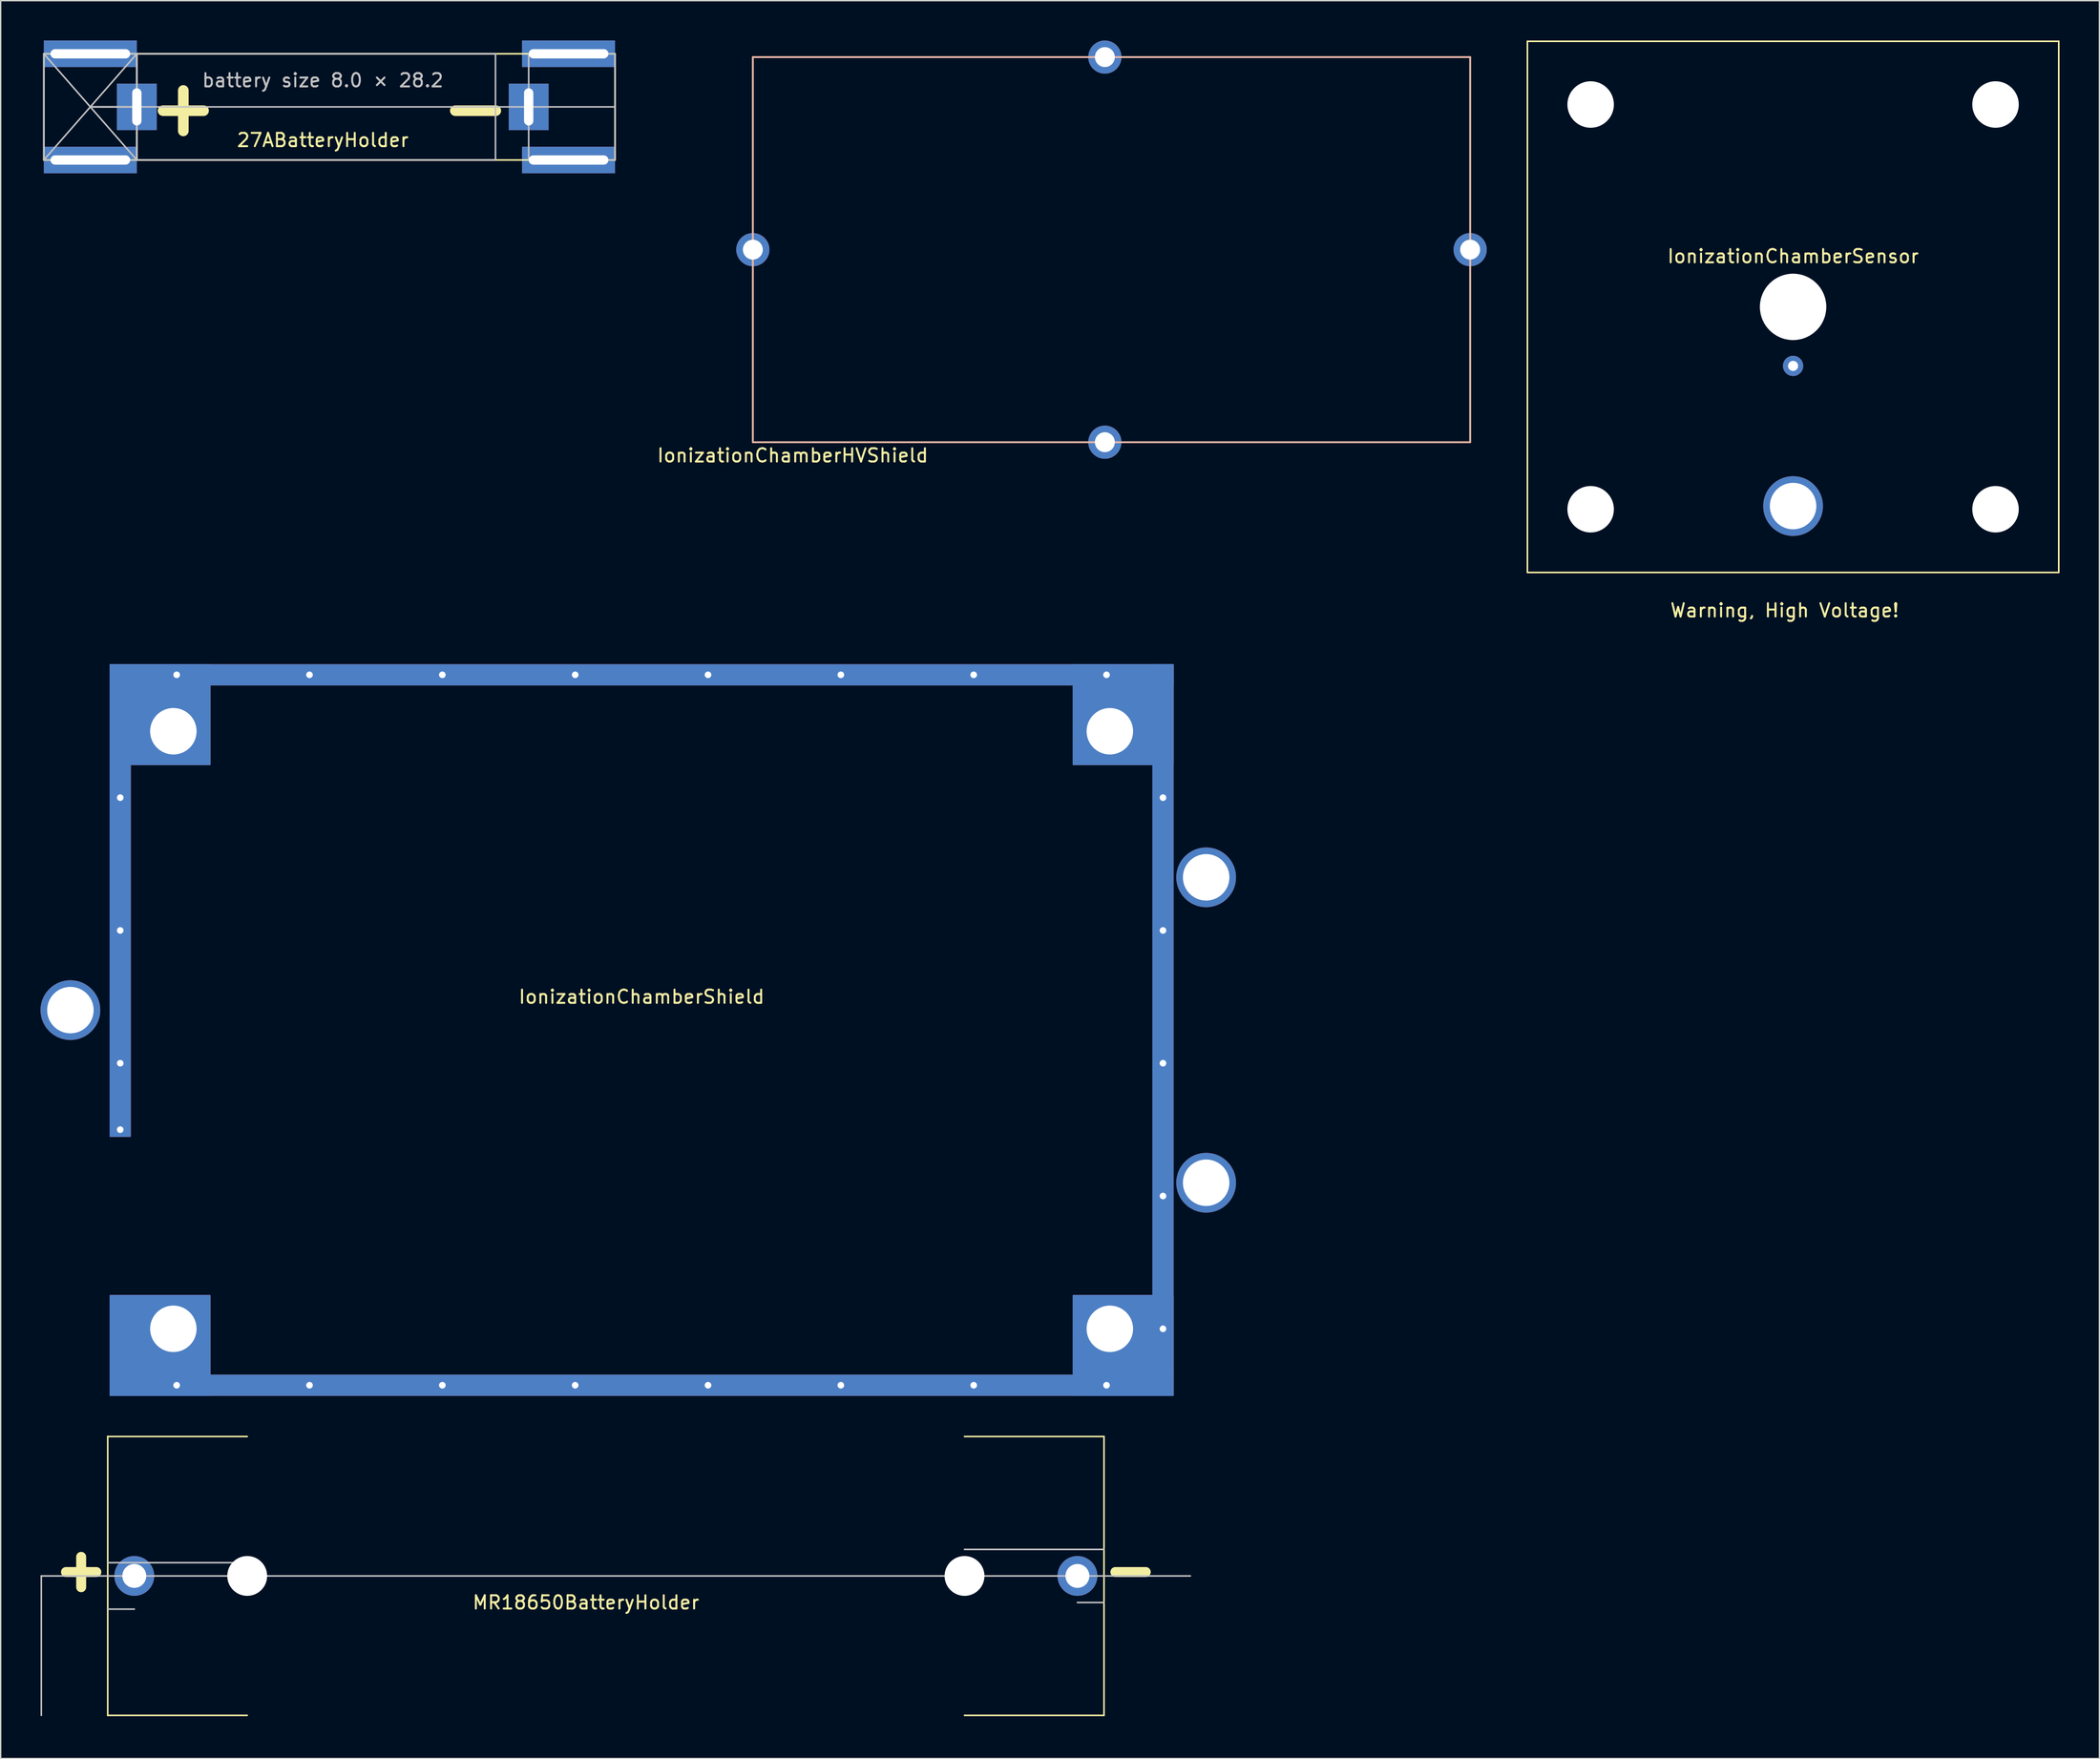
<source format=kicad_pcb>
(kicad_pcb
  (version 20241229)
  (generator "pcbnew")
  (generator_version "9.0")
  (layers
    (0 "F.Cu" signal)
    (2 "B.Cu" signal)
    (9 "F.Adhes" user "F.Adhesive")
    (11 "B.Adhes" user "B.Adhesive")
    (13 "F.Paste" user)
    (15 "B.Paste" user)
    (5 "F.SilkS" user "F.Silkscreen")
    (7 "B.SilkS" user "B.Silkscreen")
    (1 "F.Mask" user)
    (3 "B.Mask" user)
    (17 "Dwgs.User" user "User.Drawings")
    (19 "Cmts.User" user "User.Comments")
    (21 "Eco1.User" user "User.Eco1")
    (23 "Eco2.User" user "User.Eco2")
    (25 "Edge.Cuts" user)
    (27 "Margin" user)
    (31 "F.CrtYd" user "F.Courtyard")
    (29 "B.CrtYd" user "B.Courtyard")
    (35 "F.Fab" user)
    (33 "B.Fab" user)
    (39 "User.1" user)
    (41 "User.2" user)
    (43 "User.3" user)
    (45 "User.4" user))
  (footprint "IonizationChamberShield"
    (layer "F.Cu")
    (at 5.25 47.018)
    (property "Reference" "IonizationChamberShield" (at 40 25 0) (layer "F.SilkS") (effects (font (size 1 1) (thickness 0.15))))
    (attr through_hole)
    (fp_poly (pts (xy 0 1.5) (xy 1.5 1.5) (xy 1.5 35.5) (xy 0 35.5)) (stroke (width 0.1) (type solid)) (fill yes) (layer "F.Cu"))
    (fp_poly (pts (xy 0 1.5) (xy 80 1.5) (xy 80 0) (xy 0 0)) (stroke (width 0.1) (type solid)) (fill yes) (layer "F.Cu"))
    (fp_poly (pts (xy 0 53.5) (xy 1.5 53.5) (xy 1.5 50) (xy 0 50)) (stroke (width 0.1) (type solid)) (fill yes) (layer "F.Cu"))
    (fp_poly (pts (xy 0 55) (xy 0 47.5) (xy 7.5 47.5) (xy 7.5 55)) (stroke (width 0.1) (type solid)) (fill yes) (layer "F.Cu"))
    (fp_poly (pts (xy 0 55) (xy 80 55) (xy 80 53.5) (xy 0 53.5)) (stroke (width 0.1) (type solid)) (fill yes) (layer "F.Cu"))
    (fp_poly (pts (xy 7.5 0) (xy 7.5 7.5) (xy 0 7.5) (xy 0 0)) (stroke (width 0.1) (type solid)) (fill yes) (layer "F.Cu"))
    (fp_poly (pts (xy 80 0) (xy 78.5 0) (xy 78.5 53.5) (xy 80 53.5)) (stroke (width 0.1) (type solid)) (fill yes) (layer "F.Cu"))
    (fp_poly (pts (xy 80 7.5) (xy 72.5 7.5) (xy 72.5 0) (xy 80 0)) (stroke (width 0.1) (type solid)) (fill yes) (layer "F.Cu"))
    (fp_poly (pts (xy 80 55) (xy 72.5 55) (xy 72.5 47.5) (xy 80 47.5)) (stroke (width 0.1) (type solid)) (fill yes) (layer "F.Cu"))
    (fp_poly (pts (xy 0 1.5) (xy 1.5 1.5) (xy 1.5 35.5) (xy 0 35.5)) (stroke (width 0.1) (type solid)) (fill yes) (layer "F.Mask"))
    (fp_poly (pts (xy 0 1.5) (xy 80 1.5) (xy 80 0) (xy 0 0)) (stroke (width 0.1) (type solid)) (fill yes) (layer "F.Mask"))
    (fp_poly (pts (xy 0 53.5) (xy 1.5 53.5) (xy 1.5 50) (xy 0 50)) (stroke (width 0.1) (type solid)) (fill yes) (layer "F.Mask"))
    (fp_poly (pts (xy 0 55) (xy 0 47.5) (xy 7.5 47.5) (xy 7.5 55)) (stroke (width 0.1) (type solid)) (fill yes) (layer "F.Mask"))
    (fp_poly (pts (xy 0 55) (xy 80 55) (xy 80 53.5) (xy 0 53.5)) (stroke (width 0.1) (type solid)) (fill yes) (layer "F.Mask"))
    (fp_poly (pts (xy 7.5 0) (xy 7.5 7.5) (xy 0 7.5) (xy 0 0)) (stroke (width 0.1) (type solid)) (fill yes) (layer "F.Mask"))
    (fp_poly (pts (xy 80 0) (xy 78.5 0) (xy 78.5 53.5) (xy 80 53.5)) (stroke (width 0.1) (type solid)) (fill yes) (layer "F.Mask"))
    (fp_poly (pts (xy 80 7.5) (xy 72.5 7.5) (xy 72.5 0) (xy 80 0)) (stroke (width 0.1) (type solid)) (fill yes) (layer "F.Mask"))
    (fp_poly (pts (xy 80 55) (xy 72.5 55) (xy 72.5 47.5) (xy 80 47.5)) (stroke (width 0.1) (type solid)) (fill yes) (layer "F.Mask"))
    (fp_poly (pts (xy 0 1.5) (xy 1.5 1.5) (xy 1.5 35.5) (xy 0 35.5)) (stroke (width 0.1) (type solid)) (fill yes) (layer "B.Cu"))
    (fp_poly (pts (xy 0 1.5) (xy 80 1.5) (xy 80 0) (xy 0 0)) (stroke (width 0.1) (type solid)) (fill yes) (layer "B.Cu"))
    (fp_poly (pts (xy 0 53.5) (xy 1.5 53.5) (xy 1.5 50) (xy 0 50)) (stroke (width 0.1) (type solid)) (fill yes) (layer "B.Cu"))
    (fp_poly (pts (xy 0 55) (xy 0 47.5) (xy 7.5 47.5) (xy 7.5 55)) (stroke (width 0.1) (type solid)) (fill yes) (layer "B.Cu"))
    (fp_poly (pts (xy 0 55) (xy 80 55) (xy 80 53.5) (xy 0 53.5)) (stroke (width 0.1) (type solid)) (fill yes) (layer "B.Cu"))
    (fp_poly (pts (xy 7.5 0) (xy 7.5 7.5) (xy 0 7.5) (xy 0 0)) (stroke (width 0.1) (type solid)) (fill yes) (layer "B.Cu"))
    (fp_poly (pts (xy 80 0) (xy 78.5 0) (xy 78.5 53.5) (xy 80 53.5)) (stroke (width 0.1) (type solid)) (fill yes) (layer "B.Cu"))
    (fp_poly (pts (xy 80 7.5) (xy 72.5 7.5) (xy 72.5 0) (xy 80 0)) (stroke (width 0.1) (type solid)) (fill yes) (layer "B.Cu"))
    (fp_poly (pts (xy 80 55) (xy 72.5 55) (xy 72.5 47.5) (xy 80 47.5)) (stroke (width 0.1) (type solid)) (fill yes) (layer "B.Cu"))
    (fp_poly (pts (xy 0 1.5) (xy 1.5 1.5) (xy 1.5 35.5) (xy 0 35.5)) (stroke (width 0.1) (type solid)) (fill yes) (layer "B.Mask"))
    (fp_poly (pts (xy 0 1.5) (xy 80 1.5) (xy 80 0) (xy 0 0)) (stroke (width 0.1) (type solid)) (fill yes) (layer "B.Mask"))
    (fp_poly (pts (xy 0 53.5) (xy 1.5 53.5) (xy 1.5 50) (xy 0 50)) (stroke (width 0.1) (type solid)) (fill yes) (layer "B.Mask"))
    (fp_poly (pts (xy 0 55) (xy 0 47.5) (xy 7.5 47.5) (xy 7.5 55)) (stroke (width 0.1) (type solid)) (fill yes) (layer "B.Mask"))
    (fp_poly (pts (xy 0 55) (xy 80 55) (xy 80 53.5) (xy 0 53.5)) (stroke (width 0.1) (type solid)) (fill yes) (layer "B.Mask"))
    (fp_poly (pts (xy 7.5 0) (xy 7.5 7.5) (xy 0 7.5) (xy 0 0)) (stroke (width 0.1) (type solid)) (fill yes) (layer "B.Mask"))
    (fp_poly (pts (xy 80 0) (xy 78.5 0) (xy 78.5 53.5) (xy 80 53.5)) (stroke (width 0.1) (type solid)) (fill yes) (layer "B.Mask"))
    (fp_poly (pts (xy 80 7.5) (xy 72.5 7.5) (xy 72.5 0) (xy 80 0)) (stroke (width 0.1) (type solid)) (fill yes) (layer "B.Mask"))
    (fp_poly (pts (xy 80 55) (xy 72.5 55) (xy 72.5 47.5) (xy 80 47.5)) (stroke (width 0.1) (type solid)) (fill yes) (layer "B.Mask"))
    (pad "" np_thru_hole circle (at -3 26) (size 4.5 4.5) (drill 3.5) (layers "*.Cu" "*.Mask"))
    (pad "" np_thru_hole circle (at 0.75 10) (size 1 1) (drill 0.5) (layers "*.Cu" "*.Mask"))
    (pad "" np_thru_hole circle (at 0.75 20) (size 1 1) (drill 0.5) (layers "*.Cu" "*.Mask"))
    (pad "" np_thru_hole circle (at 0.75 30) (size 1 1) (drill 0.5) (layers "*.Cu" "*.Mask"))
    (pad "" np_thru_hole circle (at 0.75 35) (size 1 1) (drill 0.5) (layers "*.Cu" "*.Mask"))
    (pad "" np_thru_hole circle (at 4.75 5) (size 4.5 4.5) (drill 3.5) (layers "*.Cu" "*.Mask"))
    (pad "" np_thru_hole circle (at 4.75 50) (size 4.5 4.5) (drill 3.5) (layers "*.Cu" "*.Mask"))
    (pad "" np_thru_hole circle (at 5 0.75) (size 1 1) (drill 0.5) (layers "*.Cu" "*.Mask"))
    (pad "" np_thru_hole circle (at 5 54.25) (size 1 1) (drill 0.5) (layers "*.Cu" "*.Mask"))
    (pad "" np_thru_hole circle (at 15 0.75) (size 1 1) (drill 0.5) (layers "*.Cu" "*.Mask"))
    (pad "" np_thru_hole circle (at 15 54.25) (size 1 1) (drill 0.5) (layers "*.Cu" "*.Mask"))
    (pad "" np_thru_hole circle (at 25 0.75) (size 1 1) (drill 0.5) (layers "*.Cu" "*.Mask"))
    (pad "" np_thru_hole circle (at 25 54.25) (size 1 1) (drill 0.5) (layers "*.Cu" "*.Mask"))
    (pad "" np_thru_hole circle (at 35 0.75) (size 1 1) (drill 0.5) (layers "*.Cu" "*.Mask"))
    (pad "" np_thru_hole circle (at 35 54.25) (size 1 1) (drill 0.5) (layers "*.Cu" "*.Mask"))
    (pad "" np_thru_hole circle (at 45 0.75) (size 1 1) (drill 0.5) (layers "*.Cu" "*.Mask"))
    (pad "" np_thru_hole circle (at 45 54.25) (size 1 1) (drill 0.5) (layers "*.Cu" "*.Mask"))
    (pad "" np_thru_hole circle (at 55 0.75) (size 1 1) (drill 0.5) (layers "*.Cu" "*.Mask"))
    (pad "" np_thru_hole circle (at 65 0.75) (size 1 1) (drill 0.5) (layers "*.Cu" "*.Mask"))
    (pad "" np_thru_hole circle (at 65 54.25) (size 1 1) (drill 0.5) (layers "*.Cu" "*.Mask"))
    (pad "" np_thru_hole circle (at 75 0.75) (size 1 1) (drill 0.5) (layers "*.Cu" "*.Mask"))
    (pad "" np_thru_hole circle (at 75 54.25) (size 1 1) (drill 0.5) (layers "*.Cu" "*.Mask"))
    (pad "" np_thru_hole circle (at 75.25 5) (size 4.5 4.5) (drill 3.5) (layers "*.Cu" "*.Mask"))
    (pad "" np_thru_hole circle (at 75.25 50) (size 4.5 4.5) (drill 3.5) (layers "*.Cu" "*.Mask"))
    (pad "" np_thru_hole circle (at 79.25 10) (size 1 1) (drill 0.5) (layers "*.Cu" "*.Mask"))
    (pad "" np_thru_hole circle (at 79.25 20) (size 1 1) (drill 0.5) (layers "*.Cu" "*.Mask"))
    (pad "" np_thru_hole circle (at 79.25 30) (size 1 1) (drill 0.5) (layers "*.Cu" "*.Mask"))
    (pad "" np_thru_hole circle (at 79.25 40) (size 1 1) (drill 0.5) (layers "*.Cu" "*.Mask"))
    (pad "" np_thru_hole circle (at 79.25 50) (size 1 1) (drill 0.5) (layers "*.Cu" "*.Mask"))
    (pad "" np_thru_hole circle (at 82.5 16) (size 4.5 4.5) (drill 3.5) (layers "*.Cu" "*.Mask"))
    (pad "" np_thru_hole circle (at 82.5 39) (size 4.5 4.5) (drill 3.5) (layers "*.Cu" "*.Mask"))
    (pad "1" thru_hole circle (at 55 54.25) (size 1 1) (drill 0.5) (layers "*.Cu" "*.Mask")))
  (footprint "IonizationChamberSensor"
    (layer "F.Cu")
    (at 131.935 20.06)
    (property "Reference" "IonizationChamberSensor" (at 0 -3.81 0) (layer "F.SilkS") (effects (font (size 1 1) (thickness 0.15))))
    (attr through_hole)
    (fp_line (start -20 -20) (end 20 -20) (stroke (width 0.12) (type solid)) (layer "F.SilkS"))
    (fp_line (start -20 20) (end -20 -20) (stroke (width 0.12) (type solid)) (layer "F.SilkS"))
    (fp_line (start 20 -20) (end 20 20) (stroke (width 0.12) (type solid)) (layer "F.SilkS"))
    (fp_line (start 20 20) (end -20 20) (stroke (width 0.12) (type solid)) (layer "F.SilkS"))
    (fp_text user "Warning, High Voltage!" (at -0.635 22.86 0) (layer "F.SilkS") (effects (font (size 1 1) (thickness 0.15))))
    (pad "" np_thru_hole circle (at -15.24 -15.24) (size 3.5 3.5) (drill 3.5) (layers "*.Cu" "*.Mask"))
    (pad "" np_thru_hole circle (at -15.24 15.24) (size 3.5 3.5) (drill 3.5) (layers "*.Cu" "*.Mask"))
    (pad "" np_thru_hole circle (at 0 0) (size 5 5) (drill 5) (layers "*.Cu" "*.Mask"))
    (pad "" np_thru_hole circle (at 15.24 -15.24) (size 3.5 3.5) (drill 3.5) (layers "*.Cu" "*.Mask"))
    (pad "" np_thru_hole circle (at 15.24 15.24) (size 3.5 3.5) (drill 3.5) (layers "*.Cu" "*.Mask"))
    (pad "1" thru_hole circle (at 0 15) (size 4.5 4.5) (drill 3.5) (layers "*.Cu" "*.Mask"))
    (pad "2" thru_hole circle (at 0 4.445) (size 1.524 1.524) (drill 0.762) (layers "*.Cu" "*.Mask")))
  (footprint "27ABatteryHolder"
    (layer "F.Cu")
    (at 0.25 9)
    (property "Reference" "27ABatteryHolder" (at 21 -1.5 0) (layer "F.SilkS") (effects (font (size 1 1) (thickness 0.15))))
    (attr through_hole)
    (fp_line (start 0 -8) (end 43 -8) (stroke (width 0.12) (type solid)) (layer "F.SilkS"))
    (fp_line (start 0 0) (end 0 -8) (stroke (width 0.12) (type solid)) (layer "F.SilkS"))
    (fp_line (start 43 -8) (end 43 0) (stroke (width 0.12) (type solid)) (layer "F.SilkS"))
    (fp_line (start 43 0) (end 0 0) (stroke (width 0.12) (type solid)) (layer "F.SilkS"))
    (fp_line (start 0 -8) (end 0 0) (stroke (width 0.12) (type solid)) (layer "Dwgs.User"))
    (fp_line (start 0 0) (end 7 -8) (stroke (width 0.12) (type solid)) (layer "Dwgs.User"))
    (fp_line (start 3.5 -4) (end 7 -4) (stroke (width 0.12) (type solid)) (layer "Dwgs.User"))
    (fp_line (start 3.5 -4) (end 43 -4) (stroke (width 0.12) (type solid)) (layer "Dwgs.User"))
    (fp_line (start 7 -8) (end 0 -8) (stroke (width 0.12) (type solid)) (layer "Dwgs.User"))
    (fp_line (start 7 -8) (end 7 0) (stroke (width 0.12) (type solid)) (layer "Dwgs.User"))
    (fp_line (start 7 -8) (end 34 -8) (stroke (width 0.12) (type solid)) (layer "Dwgs.User"))
    (fp_line (start 7 0) (end 0 -8) (stroke (width 0.12) (type solid)) (layer "Dwgs.User"))
    (fp_line (start 7 0) (end 0 0) (stroke (width 0.12) (type solid)) (layer "Dwgs.User"))
    (fp_line (start 7 0) (end 7 -8) (stroke (width 0.12) (type solid)) (layer "Dwgs.User"))
    (fp_line (start 7 0) (end 7 -8) (stroke (width 0.12) (type solid)) (layer "Dwgs.User"))
    (fp_line (start 34 -8) (end 34 0) (stroke (width 0.12) (type solid)) (layer "Dwgs.User"))
    (fp_line (start 34 0) (end 7 0) (stroke (width 0.12) (type solid)) (layer "Dwgs.User"))
    (fp_line (start 36.5 -8) (end 36.5 0) (stroke (width 0.12) (type solid)) (layer "Dwgs.User"))
    (fp_line (start 36.5 -8) (end 43 -8) (stroke (width 0.12) (type solid)) (layer "Dwgs.User"))
    (fp_line (start 36.5 0) (end 43 0) (stroke (width 0.12) (type solid)) (layer "Dwgs.User"))
    (fp_line (start 43 -8) (end 43 0) (stroke (width 0.12) (type solid)) (layer "Dwgs.User"))
    (fp_text user "+" (at 10.5 -4 0) (layer "F.SilkS") (effects (font (size 4 4) (thickness 0.8))))
    (fp_text user "-" (at 32.5 -4 0) (layer "F.SilkS") (effects (font (size 4 4) (thickness 0.8))))
    (fp_text user "battery size 8.0 × 28.2" (at 21 -6 0) (layer "Dwgs.User") (effects (font (size 1 1) (thickness 0.15))))
    (pad "1" thru_hole rect (at 3.5 -8 90) (size 2 7) (drill oval 0.7 6) (layers "*.Cu" "*.Mask"))
    (pad "1" thru_hole rect (at 3.5 0 90) (size 2 7) (drill oval 0.7 6) (layers "*.Cu" "*.Mask"))
    (pad "1" thru_hole rect (at 7 -4) (size 3 3.5) (drill oval 0.7 2.8) (layers "*.Cu" "*.Mask"))
    (pad "2" thru_hole rect (at 36.5 -4) (size 3 3.5) (drill oval 0.7 2.8) (layers "*.Cu" "*.Mask"))
    (pad "2" thru_hole rect (at 39.5 -8 90) (size 2 7) (drill oval 0.7 6) (layers "*.Cu" "*.Mask"))
    (pad "2" thru_hole rect (at 39.5 0 90) (size 2 7) (drill oval 0.7 6) (layers "*.Cu" "*.Mask")))
  (footprint "MR18650BatteryHolder"
    (layer "F.Cu")
    (at 5.06 126.128)
    (property "Reference" "MR18650BatteryHolder" (at 36 -8.5 0) (layer "F.SilkS") (effects (font (size 1 1) (thickness 0.15))))
    (attr through_hole)
    (fp_line (start 0 -21) (end 10.5 -21) (stroke (width 0.12) (type solid)) (layer "F.SilkS"))
    (fp_line (start 0 0) (end 0 -21) (stroke (width 0.12) (type solid)) (layer "F.SilkS"))
    (fp_line (start 0 0) (end 10.5 0) (stroke (width 0.12) (type solid)) (layer "F.SilkS"))
    (fp_line (start 75 -21) (end 64.5 -21) (stroke (width 0.12) (type solid)) (layer "F.SilkS"))
    (fp_line (start 75 0) (end 64.5 0) (stroke (width 0.12) (type solid)) (layer "F.SilkS"))
    (fp_line (start 75 0) (end 75 -21) (stroke (width 0.12) (type solid)) (layer "F.SilkS"))
    (fp_line (start -5 -10.5) (end 81.5 -10.5) (stroke (width 0.12) (type solid)) (layer "Dwgs.User"))
    (fp_line (start -5 0) (end -5 -10.5) (stroke (width 0.12) (type solid)) (layer "Dwgs.User"))
    (fp_line (start 0 -11.5) (end 10.5 -11.5) (stroke (width 0.12) (type solid)) (layer "Dwgs.User"))
    (fp_line (start 0 -8) (end 2 -8) (stroke (width 0.12) (type solid)) (layer "Dwgs.User"))
    (fp_line (start 64.5 -12.5) (end 75 -12.5) (stroke (width 0.12) (type solid)) (layer "Dwgs.User"))
    (fp_line (start 73 -8.5) (end 75 -8.5) (stroke (width 0.12) (type solid)) (layer "Dwgs.User"))
    (fp_text user "-" (at 77 -11 0) (layer "F.SilkS") (effects (font (size 3 3) (thickness 0.75))))
    (fp_text user "+" (at -2 -11 0) (layer "F.SilkS") (effects (font (size 3 3) (thickness 0.75))))
    (pad "" np_thru_hole oval (at 10.5 -10.5) (size 3 3) (drill 3) (layers "*.Cu" "*.Mask"))
    (pad "" np_thru_hole oval (at 64.5 -10.5) (size 3 3) (drill 3) (layers "*.Cu" "*.Mask"))
    (pad "1" thru_hole oval (at 2 -10.5) (size 3 3) (drill 1.8) (layers "*.Cu" "*.Mask"))
    (pad "2" thru_hole oval (at 73 -10.5) (size 3 3) (drill 1.8) (layers "*.Cu" "*.Mask")))
  (footprint "IonizationChamberHVShield"
    (layer "F.Cu")
    (at 53.625 30.25)
    (property "Reference" "IonizationChamberHVShield" (at 3 1 0) (layer "F.SilkS") (effects (font (size 1 1) (thickness 0.15))))
    (attr through_hole)
    (fp_line (start 0 -29) (end 0 0) (stroke (width 0.12) (type solid)) (layer "F.SilkS"))
    (fp_line (start 0 0) (end 54 0) (stroke (width 0.12) (type solid)) (layer "F.SilkS"))
    (fp_line (start 54 -29) (end 0 -29) (stroke (width 0.12) (type solid)) (layer "F.SilkS"))
    (fp_line (start 54 0) (end 54 -29) (stroke (width 0.12) (type solid)) (layer "F.SilkS"))
    (fp_line (start 0 -29) (end 0 0) (stroke (width 0.12) (type solid)) (layer "B.SilkS"))
    (fp_line (start 0 0) (end 54 0) (stroke (width 0.12) (type solid)) (layer "B.SilkS"))
    (fp_line (start 54 -29) (end 0 -29) (stroke (width 0.12) (type solid)) (layer "B.SilkS"))
    (fp_line (start 54 0) (end 54 -29) (stroke (width 0.12) (type solid)) (layer "B.SilkS"))
    (pad "1" thru_hole circle (at 0 -14.5) (size 2.5 2.5) (drill 1.5) (layers "*.Cu" "*.Mask"))
    (pad "1" thru_hole circle (at 26.5 -29) (size 2.5 2.5) (drill 1.5) (layers "*.Cu" "*.Mask"))
    (pad "1" thru_hole circle (at 26.5 0) (size 2.5 2.5) (drill 1.5) (layers "*.Cu" "*.Mask"))
    (pad "1" thru_hole circle (at 54 -14.5) (size 2.5 2.5) (drill 1.5) (layers "*.Cu" "*.Mask")))
  (gr_rect
    (start -3 -3)
    (end 154.995 129.378)
    (stroke (width 0.1) (type default))
    (fill no)
    (layer "Edge.Cuts")))
</source>
